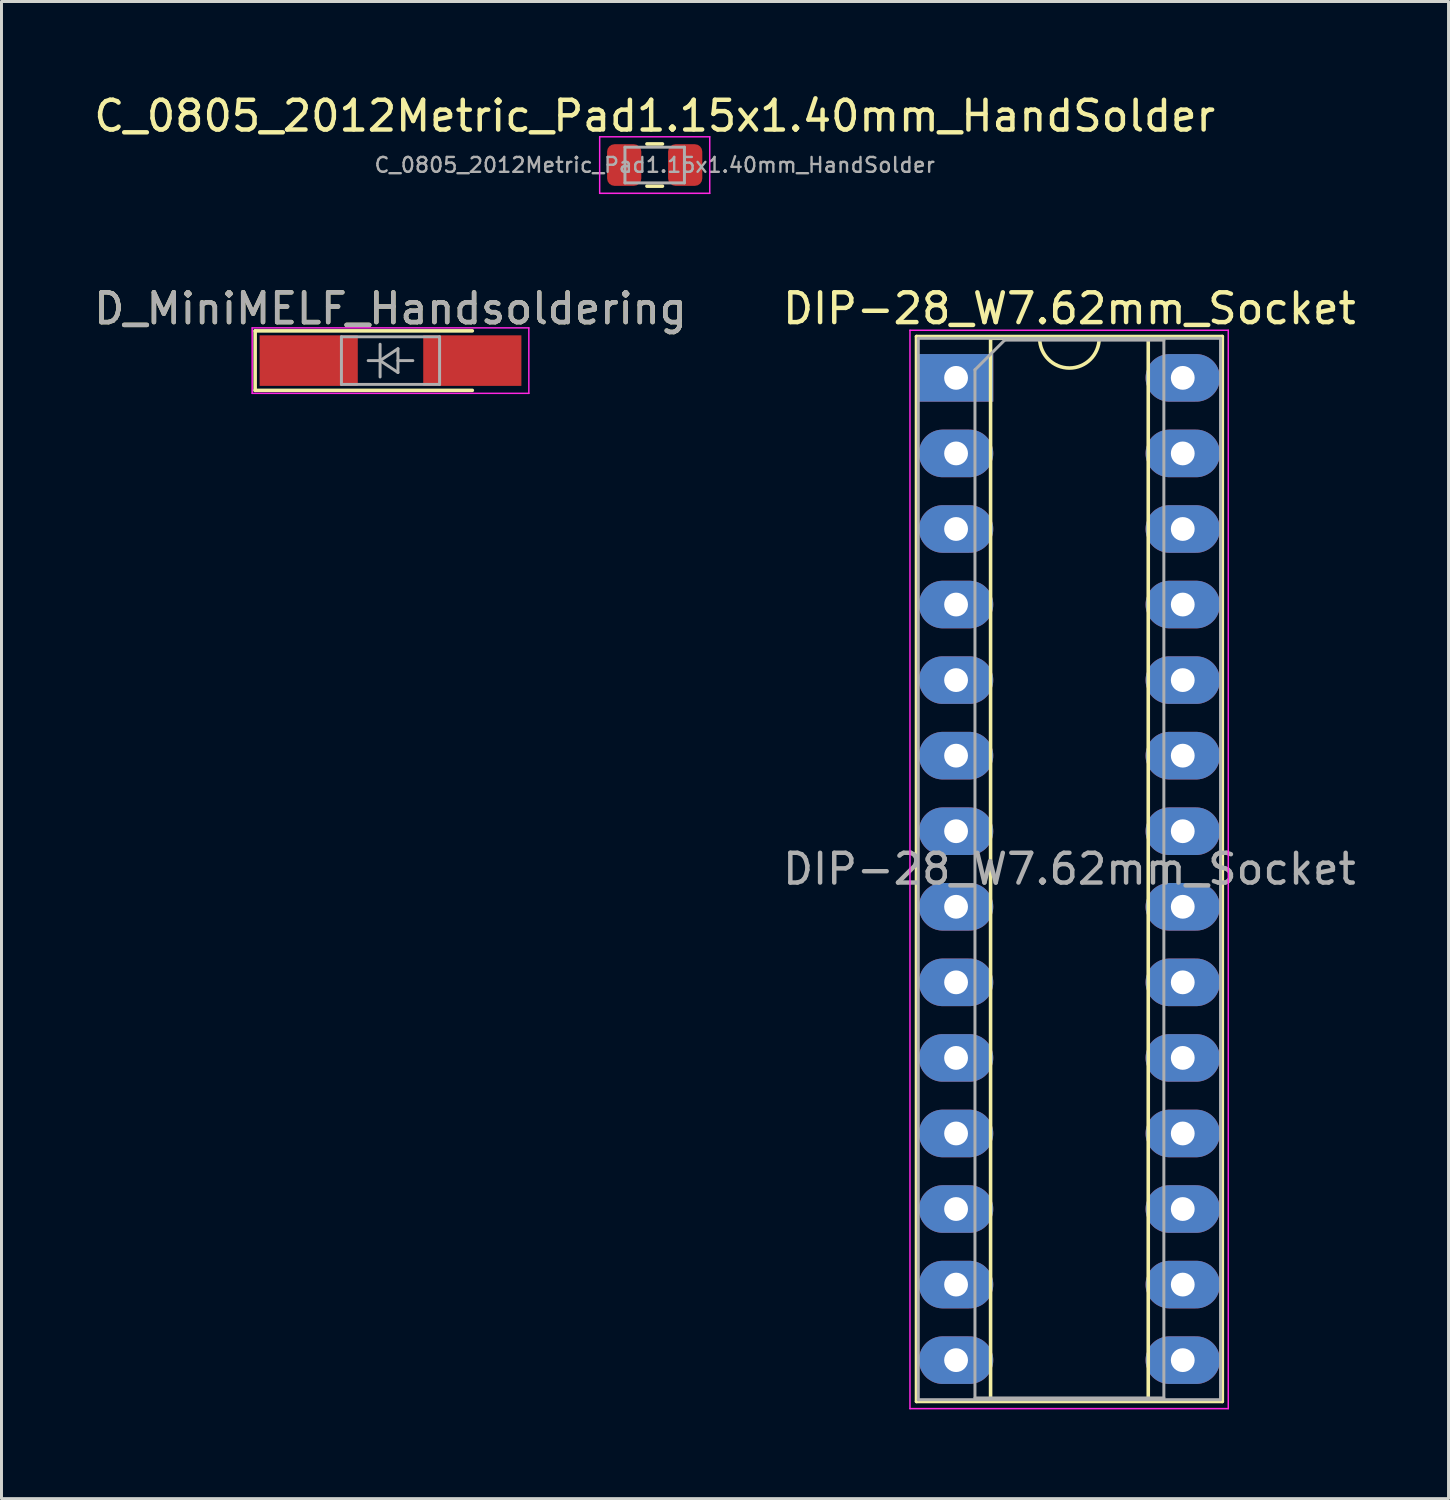
<source format=kicad_pcb>
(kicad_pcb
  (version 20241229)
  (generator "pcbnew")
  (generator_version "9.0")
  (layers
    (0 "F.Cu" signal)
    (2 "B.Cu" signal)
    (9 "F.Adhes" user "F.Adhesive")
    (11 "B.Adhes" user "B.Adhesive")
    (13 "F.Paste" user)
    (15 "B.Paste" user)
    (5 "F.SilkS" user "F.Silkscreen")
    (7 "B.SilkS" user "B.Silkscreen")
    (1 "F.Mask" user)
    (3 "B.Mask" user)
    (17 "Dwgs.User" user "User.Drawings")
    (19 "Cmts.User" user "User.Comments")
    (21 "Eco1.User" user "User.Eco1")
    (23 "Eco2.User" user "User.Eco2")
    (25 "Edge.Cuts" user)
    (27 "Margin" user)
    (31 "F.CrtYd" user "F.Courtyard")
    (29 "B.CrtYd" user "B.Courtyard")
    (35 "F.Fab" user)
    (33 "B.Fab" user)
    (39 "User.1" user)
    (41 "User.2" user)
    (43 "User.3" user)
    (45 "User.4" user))
  (footprint "C_0805_2012Metric_Pad1.15x1.40mm_HandSolder"
    (layer "F.Cu")
    (at 18.958 2.498)
    (property "Reference" "C_0805_2012Metric_Pad1.15x1.40mm_HandSolder" (at 0 -1.65 180) (layer "F.SilkS") (effects (font (size 1 1) (thickness 0.15))))
    (attr smd)
    (fp_line (start -0.261 -0.71) (end 0.261 -0.71) (stroke (width 0.12) (type solid)) (layer "F.SilkS"))
    (fp_line (start -0.261 0.71) (end 0.261 0.71) (stroke (width 0.12) (type solid)) (layer "F.SilkS"))
    (fp_line (start -1.85 -0.95) (end 1.85 -0.95) (stroke (width 0.05) (type solid)) (layer "F.CrtYd"))
    (fp_line (start -1.85 0.95) (end -1.85 -0.95) (stroke (width 0.05) (type solid)) (layer "F.CrtYd"))
    (fp_line (start 1.85 -0.95) (end 1.85 0.95) (stroke (width 0.05) (type solid)) (layer "F.CrtYd"))
    (fp_line (start 1.85 0.95) (end -1.85 0.95) (stroke (width 0.05) (type solid)) (layer "F.CrtYd"))
    (fp_line (start -1 -0.6) (end 1 -0.6) (stroke (width 0.1) (type solid)) (layer "F.Fab"))
    (fp_line (start -1 0.6) (end -1 -0.6) (stroke (width 0.1) (type solid)) (layer "F.Fab"))
    (fp_line (start 1 -0.6) (end 1 0.6) (stroke (width 0.1) (type solid)) (layer "F.Fab"))
    (fp_line (start 1 0.6) (end -1 0.6) (stroke (width 0.1) (type solid)) (layer "F.Fab"))
    (fp_text user "${REFERENCE}" (at 0 0 180) (layer "F.Fab") (effects (font (size 0.5 0.5) (thickness 0.08))))
    (pad "1" smd roundrect (at -1.025 0) (size 1.15 1.4) (layers "F.Cu" "F.Mask" "F.Paste") (roundrect_rratio 0.217))
    (pad "2" smd roundrect (at 1.025 0) (size 1.15 1.4) (layers "F.Cu" "F.Mask" "F.Paste") (roundrect_rratio 0.217)))
  (footprint "DIP-28_W7.62mm_Socket"
    (layer "F.Cu")
    (at 29.089 9.652)
    (property "Reference" "DIP-28_W7.62mm_Socket" (at 3.81 -2.33 180) (layer "F.SilkS") (effects (font (size 1 1) (thickness 0.15))))
    (attr through_hole)
    (fp_line (start -1.33 -1.39) (end -1.33 34.41) (stroke (width 0.12) (type solid)) (layer "F.SilkS"))
    (fp_line (start -1.33 34.41) (end 8.95 34.41) (stroke (width 0.12) (type solid)) (layer "F.SilkS"))
    (fp_line (start 1.16 -1.33) (end 1.16 34.35) (stroke (width 0.12) (type solid)) (layer "F.SilkS"))
    (fp_line (start 1.16 34.35) (end 6.46 34.35) (stroke (width 0.12) (type solid)) (layer "F.SilkS"))
    (fp_line (start 2.81 -1.33) (end 1.16 -1.33) (stroke (width 0.12) (type solid)) (layer "F.SilkS"))
    (fp_line (start 6.46 -1.33) (end 4.81 -1.33) (stroke (width 0.12) (type solid)) (layer "F.SilkS"))
    (fp_line (start 6.46 34.35) (end 6.46 -1.33) (stroke (width 0.12) (type solid)) (layer "F.SilkS"))
    (fp_line (start 8.95 -1.39) (end -1.33 -1.39) (stroke (width 0.12) (type solid)) (layer "F.SilkS"))
    (fp_line (start 8.95 34.41) (end 8.95 -1.39) (stroke (width 0.12) (type solid)) (layer "F.SilkS"))
    (fp_arc (start 4.81 -1.33) (mid 3.81 -0.33) (end 2.81 -1.33) (stroke (width 0.12) (type solid)) (layer "F.SilkS"))
    (fp_line (start -1.55 -1.6) (end -1.55 34.65) (stroke (width 0.05) (type solid)) (layer "F.CrtYd"))
    (fp_line (start -1.55 34.65) (end 9.15 34.65) (stroke (width 0.05) (type solid)) (layer "F.CrtYd"))
    (fp_line (start 9.15 -1.6) (end -1.55 -1.6) (stroke (width 0.05) (type solid)) (layer "F.CrtYd"))
    (fp_line (start 9.15 34.65) (end 9.15 -1.6) (stroke (width 0.05) (type solid)) (layer "F.CrtYd"))
    (fp_line (start -1.27 -1.33) (end -1.27 34.35) (stroke (width 0.1) (type solid)) (layer "F.Fab"))
    (fp_line (start -1.27 34.35) (end 8.89 34.35) (stroke (width 0.1) (type solid)) (layer "F.Fab"))
    (fp_line (start 0.635 -0.27) (end 1.635 -1.27) (stroke (width 0.1) (type solid)) (layer "F.Fab"))
    (fp_line (start 0.635 34.29) (end 0.635 -0.27) (stroke (width 0.1) (type solid)) (layer "F.Fab"))
    (fp_line (start 1.635 -1.27) (end 6.985 -1.27) (stroke (width 0.1) (type solid)) (layer "F.Fab"))
    (fp_line (start 6.985 -1.27) (end 6.985 34.29) (stroke (width 0.1) (type solid)) (layer "F.Fab"))
    (fp_line (start 6.985 34.29) (end 0.635 34.29) (stroke (width 0.1) (type solid)) (layer "F.Fab"))
    (fp_line (start 8.89 -1.33) (end -1.27 -1.33) (stroke (width 0.1) (type solid)) (layer "F.Fab"))
    (fp_line (start 8.89 34.35) (end 8.89 -1.33) (stroke (width 0.1) (type solid)) (layer "F.Fab"))
    (fp_text user "${REFERENCE}" (at 3.81 16.51 180) (layer "F.Fab") (effects (font (size 1 1) (thickness 0.15))))
    (pad "1" thru_hole rect (at 0 0) (size 2.5 1.6) (drill 0.8) (layers "*.Cu" "*.Mask"))
    (pad "2" thru_hole oval (at 0 2.54) (size 2.5 1.6) (drill 0.8) (layers "*.Cu" "*.Mask"))
    (pad "3" thru_hole oval (at 0 5.08) (size 2.5 1.6) (drill 0.8) (layers "*.Cu" "*.Mask"))
    (pad "4" thru_hole oval (at 0 7.62) (size 2.5 1.6) (drill 0.8) (layers "*.Cu" "*.Mask"))
    (pad "5" thru_hole oval (at 0 10.16) (size 2.5 1.6) (drill 0.8) (layers "*.Cu" "*.Mask"))
    (pad "6" thru_hole oval (at 0 12.7) (size 2.5 1.6) (drill 0.8) (layers "*.Cu" "*.Mask"))
    (pad "7" thru_hole oval (at 0 15.24) (size 2.5 1.6) (drill 0.8) (layers "*.Cu" "*.Mask"))
    (pad "8" thru_hole oval (at 0 17.78) (size 2.5 1.6) (drill 0.8) (layers "*.Cu" "*.Mask"))
    (pad "9" thru_hole oval (at 0 20.32) (size 2.5 1.6) (drill 0.8) (layers "*.Cu" "*.Mask"))
    (pad "10" thru_hole oval (at 0 22.86) (size 2.5 1.6) (drill 0.8) (layers "*.Cu" "*.Mask"))
    (pad "11" thru_hole oval (at 0 25.4) (size 2.5 1.6) (drill 0.8) (layers "*.Cu" "*.Mask"))
    (pad "12" thru_hole oval (at 0 27.94) (size 2.5 1.6) (drill 0.8) (layers "*.Cu" "*.Mask"))
    (pad "13" thru_hole oval (at 0 30.48) (size 2.5 1.6) (drill 0.8) (layers "*.Cu" "*.Mask"))
    (pad "14" thru_hole oval (at 0 33.02) (size 2.5 1.6) (drill 0.8) (layers "*.Cu" "*.Mask"))
    (pad "15" thru_hole oval (at 7.62 33.02) (size 2.5 1.6) (drill 0.8) (layers "*.Cu" "*.Mask"))
    (pad "16" thru_hole oval (at 7.62 30.48) (size 2.5 1.6) (drill 0.8) (layers "*.Cu" "*.Mask"))
    (pad "17" thru_hole oval (at 7.62 27.94) (size 2.5 1.6) (drill 0.8) (layers "*.Cu" "*.Mask"))
    (pad "18" thru_hole oval (at 7.62 25.4) (size 2.5 1.6) (drill 0.8) (layers "*.Cu" "*.Mask"))
    (pad "19" thru_hole oval (at 7.62 22.86) (size 2.5 1.6) (drill 0.8) (layers "*.Cu" "*.Mask"))
    (pad "20" thru_hole oval (at 7.62 20.32) (size 2.5 1.6) (drill 0.8) (layers "*.Cu" "*.Mask"))
    (pad "21" thru_hole oval (at 7.62 17.78) (size 2.5 1.6) (drill 0.8) (layers "*.Cu" "*.Mask"))
    (pad "22" thru_hole oval (at 7.62 15.24) (size 2.5 1.6) (drill 0.8) (layers "*.Cu" "*.Mask"))
    (pad "23" thru_hole oval (at 7.62 12.7) (size 2.5 1.6) (drill 0.8) (layers "*.Cu" "*.Mask"))
    (pad "24" thru_hole oval (at 7.62 10.16) (size 2.5 1.6) (drill 0.8) (layers "*.Cu" "*.Mask"))
    (pad "25" thru_hole oval (at 7.62 7.62) (size 2.5 1.6) (drill 0.8) (layers "*.Cu" "*.Mask"))
    (pad "26" thru_hole oval (at 7.62 5.08) (size 2.5 1.6) (drill 0.8) (layers "*.Cu" "*.Mask"))
    (pad "27" thru_hole oval (at 7.62 2.54) (size 2.5 1.6) (drill 0.8) (layers "*.Cu" "*.Mask"))
    (pad "28" thru_hole oval (at 7.62 0) (size 2.5 1.6) (drill 0.8) (layers "*.Cu" "*.Mask")))
  (footprint "D_MiniMELF_Handsoldering"
    (layer "F.Cu")
    (at 10.077 9.072)
    (property "Reference" "D_MiniMELF_Handsoldering" (at 0 -1.75 0) (layer "F.SilkS") (effects (font (size 1 1) (thickness 0.15))))
    (attr smd)
    (fp_line (start -4.55 -1) (end -4.55 1) (stroke (width 0.12) (type solid)) (layer "F.SilkS"))
    (fp_line (start -4.55 1) (end 2.75 1) (stroke (width 0.12) (type solid)) (layer "F.SilkS"))
    (fp_line (start 2.75 -1) (end -4.55 -1) (stroke (width 0.12) (type solid)) (layer "F.SilkS"))
    (fp_line (start -4.65 -1.1) (end 4.65 -1.1) (stroke (width 0.05) (type solid)) (layer "F.CrtYd"))
    (fp_line (start -4.65 1.1) (end -4.65 -1.1) (stroke (width 0.05) (type solid)) (layer "F.CrtYd"))
    (fp_line (start 4.65 -1.1) (end 4.65 1.1) (stroke (width 0.05) (type solid)) (layer "F.CrtYd"))
    (fp_line (start 4.65 1.1) (end -4.65 1.1) (stroke (width 0.05) (type solid)) (layer "F.CrtYd"))
    (fp_line (start -1.65 -0.8) (end 1.65 -0.8) (stroke (width 0.1) (type solid)) (layer "F.Fab"))
    (fp_line (start -1.65 0.8) (end -1.65 -0.8) (stroke (width 0.1) (type solid)) (layer "F.Fab"))
    (fp_line (start -0.75 0) (end -0.35 0) (stroke (width 0.1) (type solid)) (layer "F.Fab"))
    (fp_line (start -0.35 0) (end -0.35 -0.55) (stroke (width 0.1) (type solid)) (layer "F.Fab"))
    (fp_line (start -0.35 0) (end -0.35 0.55) (stroke (width 0.1) (type solid)) (layer "F.Fab"))
    (fp_line (start -0.35 0) (end 0.25 -0.4) (stroke (width 0.1) (type solid)) (layer "F.Fab"))
    (fp_line (start 0.25 -0.4) (end 0.25 0.4) (stroke (width 0.1) (type solid)) (layer "F.Fab"))
    (fp_line (start 0.25 0) (end 0.75 0) (stroke (width 0.1) (type solid)) (layer "F.Fab"))
    (fp_line (start 0.25 0.4) (end -0.35 0) (stroke (width 0.1) (type solid)) (layer "F.Fab"))
    (fp_line (start 1.65 -0.8) (end 1.65 0.8) (stroke (width 0.1) (type solid)) (layer "F.Fab"))
    (fp_line (start 1.65 0.8) (end -1.65 0.8) (stroke (width 0.1) (type solid)) (layer "F.Fab"))
    (fp_text user "${REFERENCE}" (at 0 -1.75 0) (layer "F.Fab") (effects (font (size 1 1) (thickness 0.15))))
    (pad "1" smd rect (at -2.75 0) (size 3.3 1.7) (layers "F.Cu" "F.Mask" "F.Paste"))
    (pad "2" smd rect (at 2.75 0) (size 3.3 1.7) (layers "F.Cu" "F.Mask" "F.Paste")))
  (gr_rect
    (start -3 -3)
    (end 45.643 47.327)
    (stroke (width 0.1) (type default))
    (fill no)
    (layer "Edge.Cuts")))
</source>
